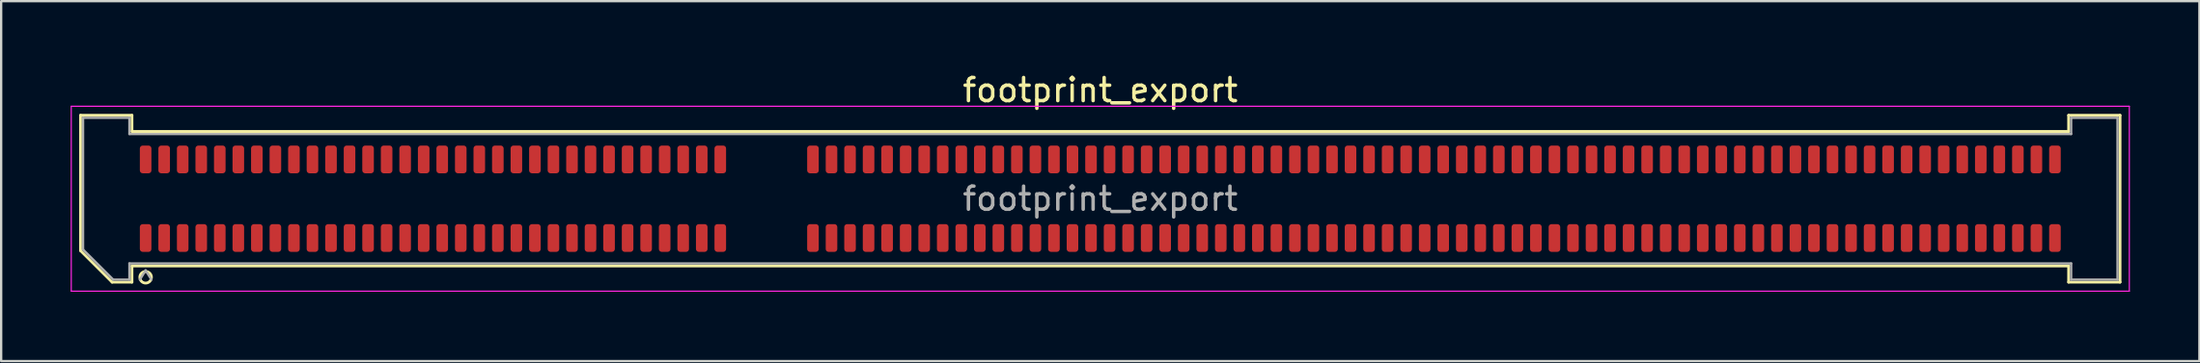
<source format=kicad_pcb>
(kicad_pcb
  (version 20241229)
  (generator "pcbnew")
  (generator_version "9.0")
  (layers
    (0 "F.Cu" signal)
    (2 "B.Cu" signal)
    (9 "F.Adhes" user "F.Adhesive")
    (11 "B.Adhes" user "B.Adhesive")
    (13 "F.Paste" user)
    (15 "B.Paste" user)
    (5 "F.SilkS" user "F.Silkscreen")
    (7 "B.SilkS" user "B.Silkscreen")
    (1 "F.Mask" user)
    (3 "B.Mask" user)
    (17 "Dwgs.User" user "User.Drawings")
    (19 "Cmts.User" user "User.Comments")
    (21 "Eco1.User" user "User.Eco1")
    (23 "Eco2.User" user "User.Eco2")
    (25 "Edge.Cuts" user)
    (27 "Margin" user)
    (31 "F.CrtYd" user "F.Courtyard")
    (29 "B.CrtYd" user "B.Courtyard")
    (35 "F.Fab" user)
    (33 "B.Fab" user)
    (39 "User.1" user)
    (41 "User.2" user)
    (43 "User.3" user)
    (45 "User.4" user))
  (footprint "footprint_export"
    (layer "F.Cu")
    (at 44.435 5.548)
    (property "Reference" "footprint_export" (at 0 -4.7 0) (layer "F.SilkS") (effects (font (size 1 1) (thickness 0.15))))
    (attr smd)
    (fp_line (start -44.01 -3.61) (end -41.79 -3.61) (stroke (width 0.12) (type solid)) (layer "F.SilkS"))
    (fp_line (start -44.01 2.246) (end -44.01 -3.61) (stroke (width 0.12) (type solid)) (layer "F.SilkS"))
    (fp_line (start -42.646 3.61) (end -44.01 2.246) (stroke (width 0.12) (type solid)) (layer "F.SilkS"))
    (fp_line (start -41.79 -3.61) (end -41.79 -2.91) (stroke (width 0.12) (type solid)) (layer "F.SilkS"))
    (fp_line (start -41.79 -2.91) (end 41.79 -2.91) (stroke (width 0.12) (type solid)) (layer "F.SilkS"))
    (fp_line (start -41.79 2.91) (end -41.79 3.61) (stroke (width 0.12) (type solid)) (layer "F.SilkS"))
    (fp_line (start -41.79 3.61) (end -42.646 3.61) (stroke (width 0.12) (type solid)) (layer "F.SilkS"))
    (fp_line (start 41.79 -3.61) (end 44.01 -3.61) (stroke (width 0.12) (type solid)) (layer "F.SilkS"))
    (fp_line (start 41.79 -2.91) (end 41.79 -3.61) (stroke (width 0.12) (type solid)) (layer "F.SilkS"))
    (fp_line (start 41.79 2.91) (end -41.79 2.91) (stroke (width 0.12) (type solid)) (layer "F.SilkS"))
    (fp_line (start 41.79 3.61) (end 41.79 2.91) (stroke (width 0.12) (type solid)) (layer "F.SilkS"))
    (fp_line (start 44.01 -3.61) (end 44.01 3.61) (stroke (width 0.12) (type solid)) (layer "F.SilkS"))
    (fp_line (start 44.01 3.61) (end 41.79 3.61) (stroke (width 0.12) (type solid)) (layer "F.SilkS"))
    (fp_arc (start -40.95 3.4) (mid -41.45 3.4) (end -40.95 3.4) (stroke (width 0.12) (type solid)) (layer "F.SilkS"))
    (fp_line (start -44.41 -4) (end -44.41 4) (stroke (width 0.05) (type solid)) (layer "F.CrtYd"))
    (fp_line (start -44.41 4) (end 44.41 4) (stroke (width 0.05) (type solid)) (layer "F.CrtYd"))
    (fp_line (start 44.41 -4) (end -44.41 -4) (stroke (width 0.05) (type solid)) (layer "F.CrtYd"))
    (fp_line (start 44.41 4) (end 44.41 -4) (stroke (width 0.05) (type solid)) (layer "F.CrtYd"))
    (fp_line (start -43.9 -3.5) (end -41.9 -3.5) (stroke (width 0.1) (type solid)) (layer "F.Fab"))
    (fp_line (start -43.9 2.2) (end -43.9 -3.5) (stroke (width 0.1) (type solid)) (layer "F.Fab"))
    (fp_line (start -42.6 3.5) (end -43.9 2.2) (stroke (width 0.1) (type solid)) (layer "F.Fab"))
    (fp_line (start -41.9 -3.5) (end -41.9 -2.8) (stroke (width 0.1) (type solid)) (layer "F.Fab"))
    (fp_line (start -41.9 -2.8) (end 41.9 -2.8) (stroke (width 0.1) (type solid)) (layer "F.Fab"))
    (fp_line (start -41.9 2.8) (end -41.9 3.5) (stroke (width 0.1) (type solid)) (layer "F.Fab"))
    (fp_line (start -41.9 3.5) (end -42.6 3.5) (stroke (width 0.1) (type solid)) (layer "F.Fab"))
    (fp_line (start -41.2 3.1) (end -41.45 3.5) (stroke (width 0.1) (type solid)) (layer "F.Fab"))
    (fp_line (start -41.2 3.1) (end -40.95 3.5) (stroke (width 0.1) (type solid)) (layer "F.Fab"))
    (fp_line (start 41.9 -3.5) (end 43.9 -3.5) (stroke (width 0.1) (type solid)) (layer "F.Fab"))
    (fp_line (start 41.9 -2.8) (end 41.9 -3.5) (stroke (width 0.1) (type solid)) (layer "F.Fab"))
    (fp_line (start 41.9 2.8) (end -41.9 2.8) (stroke (width 0.1) (type solid)) (layer "F.Fab"))
    (fp_line (start 41.9 3.5) (end 41.9 2.8) (stroke (width 0.1) (type solid)) (layer "F.Fab"))
    (fp_line (start 43.9 -3.5) (end 43.9 3.5) (stroke (width 0.1) (type solid)) (layer "F.Fab"))
    (fp_line (start 43.9 3.5) (end 41.9 3.5) (stroke (width 0.1) (type solid)) (layer "F.Fab"))
    (fp_text user "${REFERENCE}" (at 0 0 0) (layer "F.Fab") (effects (font (size 1 1) (thickness 0.15))))
    (pad "1" smd roundrect (at -41.2 1.7) (size 0.5 1.2) (layers "F.Cu" "F.Mask" "F.Paste") (roundrect_rratio 0.25))
    (pad "2" smd roundrect (at -41.2 -1.7) (size 0.5 1.2) (layers "F.Cu" "F.Mask" "F.Paste") (roundrect_rratio 0.25))
    (pad "3" smd roundrect (at -40.4 1.7) (size 0.5 1.2) (layers "F.Cu" "F.Mask" "F.Paste") (roundrect_rratio 0.25))
    (pad "4" smd roundrect (at -40.4 -1.7) (size 0.5 1.2) (layers "F.Cu" "F.Mask" "F.Paste") (roundrect_rratio 0.25))
    (pad "5" smd roundrect (at -39.6 1.7) (size 0.5 1.2) (layers "F.Cu" "F.Mask" "F.Paste") (roundrect_rratio 0.25))
    (pad "6" smd roundrect (at -39.6 -1.7) (size 0.5 1.2) (layers "F.Cu" "F.Mask" "F.Paste") (roundrect_rratio 0.25))
    (pad "7" smd roundrect (at -38.8 1.7) (size 0.5 1.2) (layers "F.Cu" "F.Mask" "F.Paste") (roundrect_rratio 0.25))
    (pad "8" smd roundrect (at -38.8 -1.7) (size 0.5 1.2) (layers "F.Cu" "F.Mask" "F.Paste") (roundrect_rratio 0.25))
    (pad "9" smd roundrect (at -38 1.7) (size 0.5 1.2) (layers "F.Cu" "F.Mask" "F.Paste") (roundrect_rratio 0.25))
    (pad "10" smd roundrect (at -38 -1.7) (size 0.5 1.2) (layers "F.Cu" "F.Mask" "F.Paste") (roundrect_rratio 0.25))
    (pad "11" smd roundrect (at -37.2 1.7) (size 0.5 1.2) (layers "F.Cu" "F.Mask" "F.Paste") (roundrect_rratio 0.25))
    (pad "12" smd roundrect (at -37.2 -1.7) (size 0.5 1.2) (layers "F.Cu" "F.Mask" "F.Paste") (roundrect_rratio 0.25))
    (pad "13" smd roundrect (at -36.4 1.7) (size 0.5 1.2) (layers "F.Cu" "F.Mask" "F.Paste") (roundrect_rratio 0.25))
    (pad "14" smd roundrect (at -36.4 -1.7) (size 0.5 1.2) (layers "F.Cu" "F.Mask" "F.Paste") (roundrect_rratio 0.25))
    (pad "15" smd roundrect (at -35.6 1.7) (size 0.5 1.2) (layers "F.Cu" "F.Mask" "F.Paste") (roundrect_rratio 0.25))
    (pad "16" smd roundrect (at -35.6 -1.7) (size 0.5 1.2) (layers "F.Cu" "F.Mask" "F.Paste") (roundrect_rratio 0.25))
    (pad "17" smd roundrect (at -34.8 1.7) (size 0.5 1.2) (layers "F.Cu" "F.Mask" "F.Paste") (roundrect_rratio 0.25))
    (pad "18" smd roundrect (at -34.8 -1.7) (size 0.5 1.2) (layers "F.Cu" "F.Mask" "F.Paste") (roundrect_rratio 0.25))
    (pad "19" smd roundrect (at -34 1.7) (size 0.5 1.2) (layers "F.Cu" "F.Mask" "F.Paste") (roundrect_rratio 0.25))
    (pad "20" smd roundrect (at -34 -1.7) (size 0.5 1.2) (layers "F.Cu" "F.Mask" "F.Paste") (roundrect_rratio 0.25))
    (pad "21" smd roundrect (at -33.2 1.7) (size 0.5 1.2) (layers "F.Cu" "F.Mask" "F.Paste") (roundrect_rratio 0.25))
    (pad "22" smd roundrect (at -33.2 -1.7) (size 0.5 1.2) (layers "F.Cu" "F.Mask" "F.Paste") (roundrect_rratio 0.25))
    (pad "23" smd roundrect (at -32.4 1.7) (size 0.5 1.2) (layers "F.Cu" "F.Mask" "F.Paste") (roundrect_rratio 0.25))
    (pad "24" smd roundrect (at -32.4 -1.7) (size 0.5 1.2) (layers "F.Cu" "F.Mask" "F.Paste") (roundrect_rratio 0.25))
    (pad "25" smd roundrect (at -31.6 1.7) (size 0.5 1.2) (layers "F.Cu" "F.Mask" "F.Paste") (roundrect_rratio 0.25))
    (pad "26" smd roundrect (at -31.6 -1.7) (size 0.5 1.2) (layers "F.Cu" "F.Mask" "F.Paste") (roundrect_rratio 0.25))
    (pad "27" smd roundrect (at -30.8 1.7) (size 0.5 1.2) (layers "F.Cu" "F.Mask" "F.Paste") (roundrect_rratio 0.25))
    (pad "28" smd roundrect (at -30.8 -1.7) (size 0.5 1.2) (layers "F.Cu" "F.Mask" "F.Paste") (roundrect_rratio 0.25))
    (pad "29" smd roundrect (at -30 1.7) (size 0.5 1.2) (layers "F.Cu" "F.Mask" "F.Paste") (roundrect_rratio 0.25))
    (pad "30" smd roundrect (at -30 -1.7) (size 0.5 1.2) (layers "F.Cu" "F.Mask" "F.Paste") (roundrect_rratio 0.25))
    (pad "31" smd roundrect (at -29.2 1.7) (size 0.5 1.2) (layers "F.Cu" "F.Mask" "F.Paste") (roundrect_rratio 0.25))
    (pad "32" smd roundrect (at -29.2 -1.7) (size 0.5 1.2) (layers "F.Cu" "F.Mask" "F.Paste") (roundrect_rratio 0.25))
    (pad "33" smd roundrect (at -28.4 1.7) (size 0.5 1.2) (layers "F.Cu" "F.Mask" "F.Paste") (roundrect_rratio 0.25))
    (pad "34" smd roundrect (at -28.4 -1.7) (size 0.5 1.2) (layers "F.Cu" "F.Mask" "F.Paste") (roundrect_rratio 0.25))
    (pad "35" smd roundrect (at -27.6 1.7) (size 0.5 1.2) (layers "F.Cu" "F.Mask" "F.Paste") (roundrect_rratio 0.25))
    (pad "36" smd roundrect (at -27.6 -1.7) (size 0.5 1.2) (layers "F.Cu" "F.Mask" "F.Paste") (roundrect_rratio 0.25))
    (pad "37" smd roundrect (at -26.8 1.7) (size 0.5 1.2) (layers "F.Cu" "F.Mask" "F.Paste") (roundrect_rratio 0.25))
    (pad "38" smd roundrect (at -26.8 -1.7) (size 0.5 1.2) (layers "F.Cu" "F.Mask" "F.Paste") (roundrect_rratio 0.25))
    (pad "39" smd roundrect (at -26 1.7) (size 0.5 1.2) (layers "F.Cu" "F.Mask" "F.Paste") (roundrect_rratio 0.25))
    (pad "40" smd roundrect (at -26 -1.7) (size 0.5 1.2) (layers "F.Cu" "F.Mask" "F.Paste") (roundrect_rratio 0.25))
    (pad "41" smd roundrect (at -25.2 1.7) (size 0.5 1.2) (layers "F.Cu" "F.Mask" "F.Paste") (roundrect_rratio 0.25))
    (pad "42" smd roundrect (at -25.2 -1.7) (size 0.5 1.2) (layers "F.Cu" "F.Mask" "F.Paste") (roundrect_rratio 0.25))
    (pad "43" smd roundrect (at -24.4 1.7) (size 0.5 1.2) (layers "F.Cu" "F.Mask" "F.Paste") (roundrect_rratio 0.25))
    (pad "44" smd roundrect (at -24.4 -1.7) (size 0.5 1.2) (layers "F.Cu" "F.Mask" "F.Paste") (roundrect_rratio 0.25))
    (pad "45" smd roundrect (at -23.6 1.7) (size 0.5 1.2) (layers "F.Cu" "F.Mask" "F.Paste") (roundrect_rratio 0.25))
    (pad "46" smd roundrect (at -23.6 -1.7) (size 0.5 1.2) (layers "F.Cu" "F.Mask" "F.Paste") (roundrect_rratio 0.25))
    (pad "47" smd roundrect (at -22.8 1.7) (size 0.5 1.2) (layers "F.Cu" "F.Mask" "F.Paste") (roundrect_rratio 0.25))
    (pad "48" smd roundrect (at -22.8 -1.7) (size 0.5 1.2) (layers "F.Cu" "F.Mask" "F.Paste") (roundrect_rratio 0.25))
    (pad "49" smd roundrect (at -22 1.7) (size 0.5 1.2) (layers "F.Cu" "F.Mask" "F.Paste") (roundrect_rratio 0.25))
    (pad "50" smd roundrect (at -22 -1.7) (size 0.5 1.2) (layers "F.Cu" "F.Mask" "F.Paste") (roundrect_rratio 0.25))
    (pad "51" smd roundrect (at -21.2 1.7) (size 0.5 1.2) (layers "F.Cu" "F.Mask" "F.Paste") (roundrect_rratio 0.25))
    (pad "52" smd roundrect (at -21.2 -1.7) (size 0.5 1.2) (layers "F.Cu" "F.Mask" "F.Paste") (roundrect_rratio 0.25))
    (pad "53" smd roundrect (at -20.4 1.7) (size 0.5 1.2) (layers "F.Cu" "F.Mask" "F.Paste") (roundrect_rratio 0.25))
    (pad "54" smd roundrect (at -20.4 -1.7) (size 0.5 1.2) (layers "F.Cu" "F.Mask" "F.Paste") (roundrect_rratio 0.25))
    (pad "55" smd roundrect (at -19.6 1.7) (size 0.5 1.2) (layers "F.Cu" "F.Mask" "F.Paste") (roundrect_rratio 0.25))
    (pad "56" smd roundrect (at -19.6 -1.7) (size 0.5 1.2) (layers "F.Cu" "F.Mask" "F.Paste") (roundrect_rratio 0.25))
    (pad "57" smd roundrect (at -18.8 1.7) (size 0.5 1.2) (layers "F.Cu" "F.Mask" "F.Paste") (roundrect_rratio 0.25))
    (pad "58" smd roundrect (at -18.8 -1.7) (size 0.5 1.2) (layers "F.Cu" "F.Mask" "F.Paste") (roundrect_rratio 0.25))
    (pad "59" smd roundrect (at -18 1.7) (size 0.5 1.2) (layers "F.Cu" "F.Mask" "F.Paste") (roundrect_rratio 0.25))
    (pad "60" smd roundrect (at -18 -1.7) (size 0.5 1.2) (layers "F.Cu" "F.Mask" "F.Paste") (roundrect_rratio 0.25))
    (pad "61" smd roundrect (at -17.2 1.7) (size 0.5 1.2) (layers "F.Cu" "F.Mask" "F.Paste") (roundrect_rratio 0.25))
    (pad "62" smd roundrect (at -17.2 -1.7) (size 0.5 1.2) (layers "F.Cu" "F.Mask" "F.Paste") (roundrect_rratio 0.25))
    (pad "63" smd roundrect (at -16.4 1.7) (size 0.5 1.2) (layers "F.Cu" "F.Mask" "F.Paste") (roundrect_rratio 0.25))
    (pad "64" smd roundrect (at -16.4 -1.7) (size 0.5 1.2) (layers "F.Cu" "F.Mask" "F.Paste") (roundrect_rratio 0.25))
    (pad "65" smd roundrect (at -12.4 1.7) (size 0.5 1.2) (layers "F.Cu" "F.Mask" "F.Paste") (roundrect_rratio 0.25))
    (pad "66" smd roundrect (at -12.4 -1.7) (size 0.5 1.2) (layers "F.Cu" "F.Mask" "F.Paste") (roundrect_rratio 0.25))
    (pad "67" smd roundrect (at -11.6 1.7) (size 0.5 1.2) (layers "F.Cu" "F.Mask" "F.Paste") (roundrect_rratio 0.25))
    (pad "68" smd roundrect (at -11.6 -1.7) (size 0.5 1.2) (layers "F.Cu" "F.Mask" "F.Paste") (roundrect_rratio 0.25))
    (pad "69" smd roundrect (at -10.8 1.7) (size 0.5 1.2) (layers "F.Cu" "F.Mask" "F.Paste") (roundrect_rratio 0.25))
    (pad "70" smd roundrect (at -10.8 -1.7) (size 0.5 1.2) (layers "F.Cu" "F.Mask" "F.Paste") (roundrect_rratio 0.25))
    (pad "71" smd roundrect (at -10 1.7) (size 0.5 1.2) (layers "F.Cu" "F.Mask" "F.Paste") (roundrect_rratio 0.25))
    (pad "72" smd roundrect (at -10 -1.7) (size 0.5 1.2) (layers "F.Cu" "F.Mask" "F.Paste") (roundrect_rratio 0.25))
    (pad "73" smd roundrect (at -9.2 1.7) (size 0.5 1.2) (layers "F.Cu" "F.Mask" "F.Paste") (roundrect_rratio 0.25))
    (pad "74" smd roundrect (at -9.2 -1.7) (size 0.5 1.2) (layers "F.Cu" "F.Mask" "F.Paste") (roundrect_rratio 0.25))
    (pad "75" smd roundrect (at -8.4 1.7) (size 0.5 1.2) (layers "F.Cu" "F.Mask" "F.Paste") (roundrect_rratio 0.25))
    (pad "76" smd roundrect (at -8.4 -1.7) (size 0.5 1.2) (layers "F.Cu" "F.Mask" "F.Paste") (roundrect_rratio 0.25))
    (pad "77" smd roundrect (at -7.6 1.7) (size 0.5 1.2) (layers "F.Cu" "F.Mask" "F.Paste") (roundrect_rratio 0.25))
    (pad "78" smd roundrect (at -7.6 -1.7) (size 0.5 1.2) (layers "F.Cu" "F.Mask" "F.Paste") (roundrect_rratio 0.25))
    (pad "79" smd roundrect (at -6.8 1.7) (size 0.5 1.2) (layers "F.Cu" "F.Mask" "F.Paste") (roundrect_rratio 0.25))
    (pad "80" smd roundrect (at -6.8 -1.7) (size 0.5 1.2) (layers "F.Cu" "F.Mask" "F.Paste") (roundrect_rratio 0.25))
    (pad "81" smd roundrect (at -6 1.7) (size 0.5 1.2) (layers "F.Cu" "F.Mask" "F.Paste") (roundrect_rratio 0.25))
    (pad "82" smd roundrect (at -6 -1.7) (size 0.5 1.2) (layers "F.Cu" "F.Mask" "F.Paste") (roundrect_rratio 0.25))
    (pad "83" smd roundrect (at -5.2 1.7) (size 0.5 1.2) (layers "F.Cu" "F.Mask" "F.Paste") (roundrect_rratio 0.25))
    (pad "84" smd roundrect (at -5.2 -1.7) (size 0.5 1.2) (layers "F.Cu" "F.Mask" "F.Paste") (roundrect_rratio 0.25))
    (pad "85" smd roundrect (at -4.4 1.7) (size 0.5 1.2) (layers "F.Cu" "F.Mask" "F.Paste") (roundrect_rratio 0.25))
    (pad "86" smd roundrect (at -4.4 -1.7) (size 0.5 1.2) (layers "F.Cu" "F.Mask" "F.Paste") (roundrect_rratio 0.25))
    (pad "87" smd roundrect (at -3.6 1.7) (size 0.5 1.2) (layers "F.Cu" "F.Mask" "F.Paste") (roundrect_rratio 0.25))
    (pad "88" smd roundrect (at -3.6 -1.7) (size 0.5 1.2) (layers "F.Cu" "F.Mask" "F.Paste") (roundrect_rratio 0.25))
    (pad "89" smd roundrect (at -2.8 1.7) (size 0.5 1.2) (layers "F.Cu" "F.Mask" "F.Paste") (roundrect_rratio 0.25))
    (pad "90" smd roundrect (at -2.8 -1.7) (size 0.5 1.2) (layers "F.Cu" "F.Mask" "F.Paste") (roundrect_rratio 0.25))
    (pad "91" smd roundrect (at -2 1.7) (size 0.5 1.2) (layers "F.Cu" "F.Mask" "F.Paste") (roundrect_rratio 0.25))
    (pad "92" smd roundrect (at -2 -1.7) (size 0.5 1.2) (layers "F.Cu" "F.Mask" "F.Paste") (roundrect_rratio 0.25))
    (pad "93" smd roundrect (at -1.2 1.7) (size 0.5 1.2) (layers "F.Cu" "F.Mask" "F.Paste") (roundrect_rratio 0.25))
    (pad "94" smd roundrect (at -1.2 -1.7) (size 0.5 1.2) (layers "F.Cu" "F.Mask" "F.Paste") (roundrect_rratio 0.25))
    (pad "95" smd roundrect (at -0.4 1.7) (size 0.5 1.2) (layers "F.Cu" "F.Mask" "F.Paste") (roundrect_rratio 0.25))
    (pad "96" smd roundrect (at -0.4 -1.7) (size 0.5 1.2) (layers "F.Cu" "F.Mask" "F.Paste") (roundrect_rratio 0.25))
    (pad "97" smd roundrect (at 0.4 1.7) (size 0.5 1.2) (layers "F.Cu" "F.Mask" "F.Paste") (roundrect_rratio 0.25))
    (pad "98" smd roundrect (at 0.4 -1.7) (size 0.5 1.2) (layers "F.Cu" "F.Mask" "F.Paste") (roundrect_rratio 0.25))
    (pad "99" smd roundrect (at 1.2 1.7) (size 0.5 1.2) (layers "F.Cu" "F.Mask" "F.Paste") (roundrect_rratio 0.25))
    (pad "100" smd roundrect (at 1.2 -1.7) (size 0.5 1.2) (layers "F.Cu" "F.Mask" "F.Paste") (roundrect_rratio 0.25))
    (pad "101" smd roundrect (at 2 1.7) (size 0.5 1.2) (layers "F.Cu" "F.Mask" "F.Paste") (roundrect_rratio 0.25))
    (pad "102" smd roundrect (at 2 -1.7) (size 0.5 1.2) (layers "F.Cu" "F.Mask" "F.Paste") (roundrect_rratio 0.25))
    (pad "103" smd roundrect (at 2.8 1.7) (size 0.5 1.2) (layers "F.Cu" "F.Mask" "F.Paste") (roundrect_rratio 0.25))
    (pad "104" smd roundrect (at 2.8 -1.7) (size 0.5 1.2) (layers "F.Cu" "F.Mask" "F.Paste") (roundrect_rratio 0.25))
    (pad "105" smd roundrect (at 3.6 1.7) (size 0.5 1.2) (layers "F.Cu" "F.Mask" "F.Paste") (roundrect_rratio 0.25))
    (pad "106" smd roundrect (at 3.6 -1.7) (size 0.5 1.2) (layers "F.Cu" "F.Mask" "F.Paste") (roundrect_rratio 0.25))
    (pad "107" smd roundrect (at 4.4 1.7) (size 0.5 1.2) (layers "F.Cu" "F.Mask" "F.Paste") (roundrect_rratio 0.25))
    (pad "108" smd roundrect (at 4.4 -1.7) (size 0.5 1.2) (layers "F.Cu" "F.Mask" "F.Paste") (roundrect_rratio 0.25))
    (pad "109" smd roundrect (at 5.2 1.7) (size 0.5 1.2) (layers "F.Cu" "F.Mask" "F.Paste") (roundrect_rratio 0.25))
    (pad "110" smd roundrect (at 5.2 -1.7) (size 0.5 1.2) (layers "F.Cu" "F.Mask" "F.Paste") (roundrect_rratio 0.25))
    (pad "111" smd roundrect (at 6 1.7) (size 0.5 1.2) (layers "F.Cu" "F.Mask" "F.Paste") (roundrect_rratio 0.25))
    (pad "112" smd roundrect (at 6 -1.7) (size 0.5 1.2) (layers "F.Cu" "F.Mask" "F.Paste") (roundrect_rratio 0.25))
    (pad "113" smd roundrect (at 6.8 1.7) (size 0.5 1.2) (layers "F.Cu" "F.Mask" "F.Paste") (roundrect_rratio 0.25))
    (pad "114" smd roundrect (at 6.8 -1.7) (size 0.5 1.2) (layers "F.Cu" "F.Mask" "F.Paste") (roundrect_rratio 0.25))
    (pad "115" smd roundrect (at 7.6 1.7) (size 0.5 1.2) (layers "F.Cu" "F.Mask" "F.Paste") (roundrect_rratio 0.25))
    (pad "116" smd roundrect (at 7.6 -1.7) (size 0.5 1.2) (layers "F.Cu" "F.Mask" "F.Paste") (roundrect_rratio 0.25))
    (pad "117" smd roundrect (at 8.4 1.7) (size 0.5 1.2) (layers "F.Cu" "F.Mask" "F.Paste") (roundrect_rratio 0.25))
    (pad "118" smd roundrect (at 8.4 -1.7) (size 0.5 1.2) (layers "F.Cu" "F.Mask" "F.Paste") (roundrect_rratio 0.25))
    (pad "119" smd roundrect (at 9.2 1.7) (size 0.5 1.2) (layers "F.Cu" "F.Mask" "F.Paste") (roundrect_rratio 0.25))
    (pad "120" smd roundrect (at 9.2 -1.7) (size 0.5 1.2) (layers "F.Cu" "F.Mask" "F.Paste") (roundrect_rratio 0.25))
    (pad "121" smd roundrect (at 10 1.7) (size 0.5 1.2) (layers "F.Cu" "F.Mask" "F.Paste") (roundrect_rratio 0.25))
    (pad "122" smd roundrect (at 10 -1.7) (size 0.5 1.2) (layers "F.Cu" "F.Mask" "F.Paste") (roundrect_rratio 0.25))
    (pad "123" smd roundrect (at 10.8 1.7) (size 0.5 1.2) (layers "F.Cu" "F.Mask" "F.Paste") (roundrect_rratio 0.25))
    (pad "124" smd roundrect (at 10.8 -1.7) (size 0.5 1.2) (layers "F.Cu" "F.Mask" "F.Paste") (roundrect_rratio 0.25))
    (pad "125" smd roundrect (at 11.6 1.7) (size 0.5 1.2) (layers "F.Cu" "F.Mask" "F.Paste") (roundrect_rratio 0.25))
    (pad "126" smd roundrect (at 11.6 -1.7) (size 0.5 1.2) (layers "F.Cu" "F.Mask" "F.Paste") (roundrect_rratio 0.25))
    (pad "127" smd roundrect (at 12.4 1.7) (size 0.5 1.2) (layers "F.Cu" "F.Mask" "F.Paste") (roundrect_rratio 0.25))
    (pad "128" smd roundrect (at 12.4 -1.7) (size 0.5 1.2) (layers "F.Cu" "F.Mask" "F.Paste") (roundrect_rratio 0.25))
    (pad "129" smd roundrect (at 13.2 1.7) (size 0.5 1.2) (layers "F.Cu" "F.Mask" "F.Paste") (roundrect_rratio 0.25))
    (pad "130" smd roundrect (at 13.2 -1.7) (size 0.5 1.2) (layers "F.Cu" "F.Mask" "F.Paste") (roundrect_rratio 0.25))
    (pad "131" smd roundrect (at 14 1.7) (size 0.5 1.2) (layers "F.Cu" "F.Mask" "F.Paste") (roundrect_rratio 0.25))
    (pad "132" smd roundrect (at 14 -1.7) (size 0.5 1.2) (layers "F.Cu" "F.Mask" "F.Paste") (roundrect_rratio 0.25))
    (pad "133" smd roundrect (at 14.8 1.7) (size 0.5 1.2) (layers "F.Cu" "F.Mask" "F.Paste") (roundrect_rratio 0.25))
    (pad "134" smd roundrect (at 14.8 -1.7) (size 0.5 1.2) (layers "F.Cu" "F.Mask" "F.Paste") (roundrect_rratio 0.25))
    (pad "135" smd roundrect (at 15.6 1.7) (size 0.5 1.2) (layers "F.Cu" "F.Mask" "F.Paste") (roundrect_rratio 0.25))
    (pad "136" smd roundrect (at 15.6 -1.7) (size 0.5 1.2) (layers "F.Cu" "F.Mask" "F.Paste") (roundrect_rratio 0.25))
    (pad "137" smd roundrect (at 16.4 1.7) (size 0.5 1.2) (layers "F.Cu" "F.Mask" "F.Paste") (roundrect_rratio 0.25))
    (pad "138" smd roundrect (at 16.4 -1.7) (size 0.5 1.2) (layers "F.Cu" "F.Mask" "F.Paste") (roundrect_rratio 0.25))
    (pad "139" smd roundrect (at 17.2 1.7) (size 0.5 1.2) (layers "F.Cu" "F.Mask" "F.Paste") (roundrect_rratio 0.25))
    (pad "140" smd roundrect (at 17.2 -1.7) (size 0.5 1.2) (layers "F.Cu" "F.Mask" "F.Paste") (roundrect_rratio 0.25))
    (pad "141" smd roundrect (at 18 1.7) (size 0.5 1.2) (layers "F.Cu" "F.Mask" "F.Paste") (roundrect_rratio 0.25))
    (pad "142" smd roundrect (at 18 -1.7) (size 0.5 1.2) (layers "F.Cu" "F.Mask" "F.Paste") (roundrect_rratio 0.25))
    (pad "143" smd roundrect (at 18.8 1.7) (size 0.5 1.2) (layers "F.Cu" "F.Mask" "F.Paste") (roundrect_rratio 0.25))
    (pad "144" smd roundrect (at 18.8 -1.7) (size 0.5 1.2) (layers "F.Cu" "F.Mask" "F.Paste") (roundrect_rratio 0.25))
    (pad "145" smd roundrect (at 19.6 1.7) (size 0.5 1.2) (layers "F.Cu" "F.Mask" "F.Paste") (roundrect_rratio 0.25))
    (pad "146" smd roundrect (at 19.6 -1.7) (size 0.5 1.2) (layers "F.Cu" "F.Mask" "F.Paste") (roundrect_rratio 0.25))
    (pad "147" smd roundrect (at 20.4 1.7) (size 0.5 1.2) (layers "F.Cu" "F.Mask" "F.Paste") (roundrect_rratio 0.25))
    (pad "148" smd roundrect (at 20.4 -1.7) (size 0.5 1.2) (layers "F.Cu" "F.Mask" "F.Paste") (roundrect_rratio 0.25))
    (pad "149" smd roundrect (at 21.2 1.7) (size 0.5 1.2) (layers "F.Cu" "F.Mask" "F.Paste") (roundrect_rratio 0.25))
    (pad "150" smd roundrect (at 21.2 -1.7) (size 0.5 1.2) (layers "F.Cu" "F.Mask" "F.Paste") (roundrect_rratio 0.25))
    (pad "151" smd roundrect (at 22 1.7) (size 0.5 1.2) (layers "F.Cu" "F.Mask" "F.Paste") (roundrect_rratio 0.25))
    (pad "152" smd roundrect (at 22 -1.7) (size 0.5 1.2) (layers "F.Cu" "F.Mask" "F.Paste") (roundrect_rratio 0.25))
    (pad "153" smd roundrect (at 22.8 1.7) (size 0.5 1.2) (layers "F.Cu" "F.Mask" "F.Paste") (roundrect_rratio 0.25))
    (pad "154" smd roundrect (at 22.8 -1.7) (size 0.5 1.2) (layers "F.Cu" "F.Mask" "F.Paste") (roundrect_rratio 0.25))
    (pad "155" smd roundrect (at 23.6 1.7) (size 0.5 1.2) (layers "F.Cu" "F.Mask" "F.Paste") (roundrect_rratio 0.25))
    (pad "156" smd roundrect (at 23.6 -1.7) (size 0.5 1.2) (layers "F.Cu" "F.Mask" "F.Paste") (roundrect_rratio 0.25))
    (pad "157" smd roundrect (at 24.4 1.7) (size 0.5 1.2) (layers "F.Cu" "F.Mask" "F.Paste") (roundrect_rratio 0.25))
    (pad "158" smd roundrect (at 24.4 -1.7) (size 0.5 1.2) (layers "F.Cu" "F.Mask" "F.Paste") (roundrect_rratio 0.25))
    (pad "159" smd roundrect (at 25.2 1.7) (size 0.5 1.2) (layers "F.Cu" "F.Mask" "F.Paste") (roundrect_rratio 0.25))
    (pad "160" smd roundrect (at 25.2 -1.7) (size 0.5 1.2) (layers "F.Cu" "F.Mask" "F.Paste") (roundrect_rratio 0.25))
    (pad "161" smd roundrect (at 26 1.7) (size 0.5 1.2) (layers "F.Cu" "F.Mask" "F.Paste") (roundrect_rratio 0.25))
    (pad "162" smd roundrect (at 26 -1.7) (size 0.5 1.2) (layers "F.Cu" "F.Mask" "F.Paste") (roundrect_rratio 0.25))
    (pad "163" smd roundrect (at 26.8 1.7) (size 0.5 1.2) (layers "F.Cu" "F.Mask" "F.Paste") (roundrect_rratio 0.25))
    (pad "164" smd roundrect (at 26.8 -1.7) (size 0.5 1.2) (layers "F.Cu" "F.Mask" "F.Paste") (roundrect_rratio 0.25))
    (pad "165" smd roundrect (at 27.6 1.7) (size 0.5 1.2) (layers "F.Cu" "F.Mask" "F.Paste") (roundrect_rratio 0.25))
    (pad "166" smd roundrect (at 27.6 -1.7) (size 0.5 1.2) (layers "F.Cu" "F.Mask" "F.Paste") (roundrect_rratio 0.25))
    (pad "167" smd roundrect (at 28.4 1.7) (size 0.5 1.2) (layers "F.Cu" "F.Mask" "F.Paste") (roundrect_rratio 0.25))
    (pad "168" smd roundrect (at 28.4 -1.7) (size 0.5 1.2) (layers "F.Cu" "F.Mask" "F.Paste") (roundrect_rratio 0.25))
    (pad "169" smd roundrect (at 29.2 1.7) (size 0.5 1.2) (layers "F.Cu" "F.Mask" "F.Paste") (roundrect_rratio 0.25))
    (pad "170" smd roundrect (at 29.2 -1.7) (size 0.5 1.2) (layers "F.Cu" "F.Mask" "F.Paste") (roundrect_rratio 0.25))
    (pad "171" smd roundrect (at 30 1.7) (size 0.5 1.2) (layers "F.Cu" "F.Mask" "F.Paste") (roundrect_rratio 0.25))
    (pad "172" smd roundrect (at 30 -1.7) (size 0.5 1.2) (layers "F.Cu" "F.Mask" "F.Paste") (roundrect_rratio 0.25))
    (pad "173" smd roundrect (at 30.8 1.7) (size 0.5 1.2) (layers "F.Cu" "F.Mask" "F.Paste") (roundrect_rratio 0.25))
    (pad "174" smd roundrect (at 30.8 -1.7) (size 0.5 1.2) (layers "F.Cu" "F.Mask" "F.Paste") (roundrect_rratio 0.25))
    (pad "175" smd roundrect (at 31.6 1.7) (size 0.5 1.2) (layers "F.Cu" "F.Mask" "F.Paste") (roundrect_rratio 0.25))
    (pad "176" smd roundrect (at 31.6 -1.7) (size 0.5 1.2) (layers "F.Cu" "F.Mask" "F.Paste") (roundrect_rratio 0.25))
    (pad "177" smd roundrect (at 32.4 1.7) (size 0.5 1.2) (layers "F.Cu" "F.Mask" "F.Paste") (roundrect_rratio 0.25))
    (pad "178" smd roundrect (at 32.4 -1.7) (size 0.5 1.2) (layers "F.Cu" "F.Mask" "F.Paste") (roundrect_rratio 0.25))
    (pad "179" smd roundrect (at 33.2 1.7) (size 0.5 1.2) (layers "F.Cu" "F.Mask" "F.Paste") (roundrect_rratio 0.25))
    (pad "180" smd roundrect (at 33.2 -1.7) (size 0.5 1.2) (layers "F.Cu" "F.Mask" "F.Paste") (roundrect_rratio 0.25))
    (pad "181" smd roundrect (at 34 1.7) (size 0.5 1.2) (layers "F.Cu" "F.Mask" "F.Paste") (roundrect_rratio 0.25))
    (pad "182" smd roundrect (at 34 -1.7) (size 0.5 1.2) (layers "F.Cu" "F.Mask" "F.Paste") (roundrect_rratio 0.25))
    (pad "183" smd roundrect (at 34.8 1.7) (size 0.5 1.2) (layers "F.Cu" "F.Mask" "F.Paste") (roundrect_rratio 0.25))
    (pad "184" smd roundrect (at 34.8 -1.7) (size 0.5 1.2) (layers "F.Cu" "F.Mask" "F.Paste") (roundrect_rratio 0.25))
    (pad "185" smd roundrect (at 35.6 1.7) (size 0.5 1.2) (layers "F.Cu" "F.Mask" "F.Paste") (roundrect_rratio 0.25))
    (pad "186" smd roundrect (at 35.6 -1.7) (size 0.5 1.2) (layers "F.Cu" "F.Mask" "F.Paste") (roundrect_rratio 0.25))
    (pad "187" smd roundrect (at 36.4 1.7) (size 0.5 1.2) (layers "F.Cu" "F.Mask" "F.Paste") (roundrect_rratio 0.25))
    (pad "188" smd roundrect (at 36.4 -1.7) (size 0.5 1.2) (layers "F.Cu" "F.Mask" "F.Paste") (roundrect_rratio 0.25))
    (pad "189" smd roundrect (at 37.2 1.7) (size 0.5 1.2) (layers "F.Cu" "F.Mask" "F.Paste") (roundrect_rratio 0.25))
    (pad "190" smd roundrect (at 37.2 -1.7) (size 0.5 1.2) (layers "F.Cu" "F.Mask" "F.Paste") (roundrect_rratio 0.25))
    (pad "191" smd roundrect (at 38 1.7) (size 0.5 1.2) (layers "F.Cu" "F.Mask" "F.Paste") (roundrect_rratio 0.25))
    (pad "192" smd roundrect (at 38 -1.7) (size 0.5 1.2) (layers "F.Cu" "F.Mask" "F.Paste") (roundrect_rratio 0.25))
    (pad "193" smd roundrect (at 38.8 1.7) (size 0.5 1.2) (layers "F.Cu" "F.Mask" "F.Paste") (roundrect_rratio 0.25))
    (pad "194" smd roundrect (at 38.8 -1.7) (size 0.5 1.2) (layers "F.Cu" "F.Mask" "F.Paste") (roundrect_rratio 0.25))
    (pad "195" smd roundrect (at 39.6 1.7) (size 0.5 1.2) (layers "F.Cu" "F.Mask" "F.Paste") (roundrect_rratio 0.25))
    (pad "196" smd roundrect (at 39.6 -1.7) (size 0.5 1.2) (layers "F.Cu" "F.Mask" "F.Paste") (roundrect_rratio 0.25))
    (pad "197" smd roundrect (at 40.4 1.7) (size 0.5 1.2) (layers "F.Cu" "F.Mask" "F.Paste") (roundrect_rratio 0.25))
    (pad "198" smd roundrect (at 40.4 -1.7) (size 0.5 1.2) (layers "F.Cu" "F.Mask" "F.Paste") (roundrect_rratio 0.25))
    (pad "199" smd roundrect (at 41.2 1.7) (size 0.5 1.2) (layers "F.Cu" "F.Mask" "F.Paste") (roundrect_rratio 0.25))
    (pad "200" smd roundrect (at 41.2 -1.7) (size 0.5 1.2) (layers "F.Cu" "F.Mask" "F.Paste") (roundrect_rratio 0.25)))
  (gr_rect
    (start -3 -3)
    (end 91.87 12.573)
    (stroke (width 0.1) (type default))
    (fill no)
    (layer "Edge.Cuts")))
</source>
